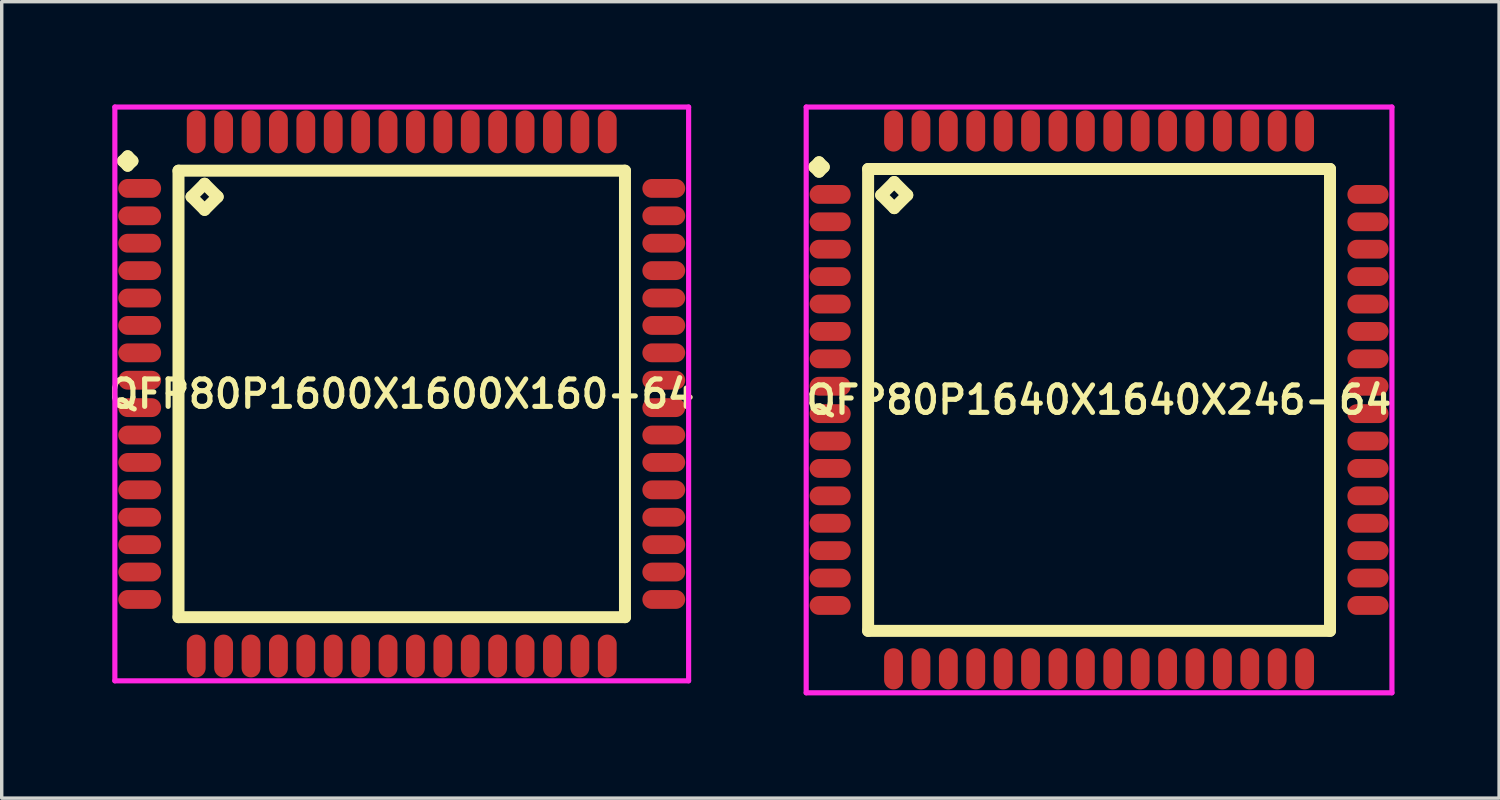
<source format=kicad_pcb>
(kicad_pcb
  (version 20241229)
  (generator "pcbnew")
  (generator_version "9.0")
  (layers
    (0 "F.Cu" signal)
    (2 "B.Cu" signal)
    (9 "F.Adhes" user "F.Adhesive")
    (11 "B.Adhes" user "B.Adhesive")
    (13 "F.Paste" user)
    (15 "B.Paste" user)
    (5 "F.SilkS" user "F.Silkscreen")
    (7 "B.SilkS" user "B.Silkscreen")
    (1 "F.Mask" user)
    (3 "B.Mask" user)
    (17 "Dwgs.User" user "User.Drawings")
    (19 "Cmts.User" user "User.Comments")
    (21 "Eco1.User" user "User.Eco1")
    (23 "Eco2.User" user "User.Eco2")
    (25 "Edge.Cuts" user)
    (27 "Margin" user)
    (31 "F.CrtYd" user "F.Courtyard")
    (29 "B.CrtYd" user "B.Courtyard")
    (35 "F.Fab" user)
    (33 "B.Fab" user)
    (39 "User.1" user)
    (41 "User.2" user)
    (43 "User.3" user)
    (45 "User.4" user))
  (footprint "QFP80P1600X1600X160-64"
    (layer "F.Cu")
    (at 8.678 8.45)
    (property "Reference" "QFP80P1600X1600X160-64" (at 0 0 0) (layer "F.SilkS") (effects (font (size 0.8 0.8) (thickness 0.15))))
    (attr smd)
    (fp_line (start -8.137 -6.8) (end -8 -6.938) (stroke (width 0.35) (type solid)) (layer "F.SilkS"))
    (fp_line (start -8 -6.938) (end -7.862 -6.8) (stroke (width 0.35) (type solid)) (layer "F.SilkS"))
    (fp_line (start -8 -6.662) (end -8.137 -6.8) (stroke (width 0.35) (type solid)) (layer "F.SilkS"))
    (fp_line (start -7.862 -6.8) (end -8 -6.662) (stroke (width 0.35) (type solid)) (layer "F.SilkS"))
    (fp_line (start -6.517 -6.517) (end -6.517 6.517) (stroke (width 0.35) (type solid)) (layer "F.SilkS"))
    (fp_line (start -6.517 6.517) (end 6.517 6.517) (stroke (width 0.35) (type solid)) (layer "F.SilkS"))
    (fp_line (start -6.136 -5.755) (end -5.755 -6.136) (stroke (width 0.35) (type solid)) (layer "F.SilkS"))
    (fp_line (start -5.755 -6.136) (end -5.374 -5.755) (stroke (width 0.35) (type solid)) (layer "F.SilkS"))
    (fp_line (start -5.755 -5.374) (end -6.136 -5.755) (stroke (width 0.35) (type solid)) (layer "F.SilkS"))
    (fp_line (start -5.374 -5.755) (end -5.755 -5.374) (stroke (width 0.35) (type solid)) (layer "F.SilkS"))
    (fp_line (start 6.517 -6.517) (end -6.517 -6.517) (stroke (width 0.35) (type solid)) (layer "F.SilkS"))
    (fp_line (start 6.517 6.517) (end 6.517 -6.517) (stroke (width 0.35) (type solid)) (layer "F.SilkS"))
    (fp_line (start -8.375 -8.375) (end 8.375 -8.375) (stroke (width 0.15) (type solid)) (layer "F.CrtYd"))
    (fp_line (start -8.375 8.375) (end -8.375 -8.375) (stroke (width 0.15) (type solid)) (layer "F.CrtYd"))
    (fp_line (start 8.375 -8.375) (end 8.375 8.375) (stroke (width 0.15) (type solid)) (layer "F.CrtYd"))
    (fp_line (start 8.375 8.375) (end -8.375 8.375) (stroke (width 0.15) (type solid)) (layer "F.CrtYd"))
    (pad "1" smd oval (at -7.65 -6) (size 1.25 0.55) (layers "F.Cu" "F.Mask" "F.Paste"))
    (pad "2" smd oval (at -7.65 -5.2) (size 1.25 0.55) (layers "F.Cu" "F.Mask" "F.Paste"))
    (pad "3" smd oval (at -7.65 -4.4) (size 1.25 0.55) (layers "F.Cu" "F.Mask" "F.Paste"))
    (pad "4" smd oval (at -7.65 -3.6) (size 1.25 0.55) (layers "F.Cu" "F.Mask" "F.Paste"))
    (pad "5" smd oval (at -7.65 -2.8) (size 1.25 0.55) (layers "F.Cu" "F.Mask" "F.Paste"))
    (pad "6" smd oval (at -7.65 -2) (size 1.25 0.55) (layers "F.Cu" "F.Mask" "F.Paste"))
    (pad "7" smd oval (at -7.65 -1.2) (size 1.25 0.55) (layers "F.Cu" "F.Mask" "F.Paste"))
    (pad "8" smd oval (at -7.65 -0.4) (size 1.25 0.55) (layers "F.Cu" "F.Mask" "F.Paste"))
    (pad "9" smd oval (at -7.65 0.4) (size 1.25 0.55) (layers "F.Cu" "F.Mask" "F.Paste"))
    (pad "10" smd oval (at -7.65 1.2) (size 1.25 0.55) (layers "F.Cu" "F.Mask" "F.Paste"))
    (pad "11" smd oval (at -7.65 2) (size 1.25 0.55) (layers "F.Cu" "F.Mask" "F.Paste"))
    (pad "12" smd oval (at -7.65 2.8) (size 1.25 0.55) (layers "F.Cu" "F.Mask" "F.Paste"))
    (pad "13" smd oval (at -7.65 3.6) (size 1.25 0.55) (layers "F.Cu" "F.Mask" "F.Paste"))
    (pad "14" smd oval (at -7.65 4.4) (size 1.25 0.55) (layers "F.Cu" "F.Mask" "F.Paste"))
    (pad "15" smd oval (at -7.65 5.2) (size 1.25 0.55) (layers "F.Cu" "F.Mask" "F.Paste"))
    (pad "16" smd oval (at -7.65 6) (size 1.25 0.55) (layers "F.Cu" "F.Mask" "F.Paste"))
    (pad "17" smd oval (at -6 7.65) (size 0.55 1.25) (layers "F.Cu" "F.Mask" "F.Paste"))
    (pad "18" smd oval (at -5.2 7.65) (size 0.55 1.25) (layers "F.Cu" "F.Mask" "F.Paste"))
    (pad "19" smd oval (at -4.4 7.65) (size 0.55 1.25) (layers "F.Cu" "F.Mask" "F.Paste"))
    (pad "20" smd oval (at -3.6 7.65) (size 0.55 1.25) (layers "F.Cu" "F.Mask" "F.Paste"))
    (pad "21" smd oval (at -2.8 7.65) (size 0.55 1.25) (layers "F.Cu" "F.Mask" "F.Paste"))
    (pad "22" smd oval (at -2 7.65) (size 0.55 1.25) (layers "F.Cu" "F.Mask" "F.Paste"))
    (pad "23" smd oval (at -1.2 7.65) (size 0.55 1.25) (layers "F.Cu" "F.Mask" "F.Paste"))
    (pad "24" smd oval (at -0.4 7.65) (size 0.55 1.25) (layers "F.Cu" "F.Mask" "F.Paste"))
    (pad "25" smd oval (at 0.4 7.65) (size 0.55 1.25) (layers "F.Cu" "F.Mask" "F.Paste"))
    (pad "26" smd oval (at 1.2 7.65) (size 0.55 1.25) (layers "F.Cu" "F.Mask" "F.Paste"))
    (pad "27" smd oval (at 2 7.65) (size 0.55 1.25) (layers "F.Cu" "F.Mask" "F.Paste"))
    (pad "28" smd oval (at 2.8 7.65) (size 0.55 1.25) (layers "F.Cu" "F.Mask" "F.Paste"))
    (pad "29" smd oval (at 3.6 7.65) (size 0.55 1.25) (layers "F.Cu" "F.Mask" "F.Paste"))
    (pad "30" smd oval (at 4.4 7.65) (size 0.55 1.25) (layers "F.Cu" "F.Mask" "F.Paste"))
    (pad "31" smd oval (at 5.2 7.65) (size 0.55 1.25) (layers "F.Cu" "F.Mask" "F.Paste"))
    (pad "32" smd oval (at 6 7.65) (size 0.55 1.25) (layers "F.Cu" "F.Mask" "F.Paste"))
    (pad "33" smd oval (at 7.65 6) (size 1.25 0.55) (layers "F.Cu" "F.Mask" "F.Paste"))
    (pad "34" smd oval (at 7.65 5.2) (size 1.25 0.55) (layers "F.Cu" "F.Mask" "F.Paste"))
    (pad "35" smd oval (at 7.65 4.4) (size 1.25 0.55) (layers "F.Cu" "F.Mask" "F.Paste"))
    (pad "36" smd oval (at 7.65 3.6) (size 1.25 0.55) (layers "F.Cu" "F.Mask" "F.Paste"))
    (pad "37" smd oval (at 7.65 2.8) (size 1.25 0.55) (layers "F.Cu" "F.Mask" "F.Paste"))
    (pad "38" smd oval (at 7.65 2) (size 1.25 0.55) (layers "F.Cu" "F.Mask" "F.Paste"))
    (pad "39" smd oval (at 7.65 1.2) (size 1.25 0.55) (layers "F.Cu" "F.Mask" "F.Paste"))
    (pad "40" smd oval (at 7.65 0.4) (size 1.25 0.55) (layers "F.Cu" "F.Mask" "F.Paste"))
    (pad "41" smd oval (at 7.65 -0.4) (size 1.25 0.55) (layers "F.Cu" "F.Mask" "F.Paste"))
    (pad "42" smd oval (at 7.65 -1.2) (size 1.25 0.55) (layers "F.Cu" "F.Mask" "F.Paste"))
    (pad "43" smd oval (at 7.65 -2) (size 1.25 0.55) (layers "F.Cu" "F.Mask" "F.Paste"))
    (pad "44" smd oval (at 7.65 -2.8) (size 1.25 0.55) (layers "F.Cu" "F.Mask" "F.Paste"))
    (pad "45" smd oval (at 7.65 -3.6) (size 1.25 0.55) (layers "F.Cu" "F.Mask" "F.Paste"))
    (pad "46" smd oval (at 7.65 -4.4) (size 1.25 0.55) (layers "F.Cu" "F.Mask" "F.Paste"))
    (pad "47" smd oval (at 7.65 -5.2) (size 1.25 0.55) (layers "F.Cu" "F.Mask" "F.Paste"))
    (pad "48" smd oval (at 7.65 -6) (size 1.25 0.55) (layers "F.Cu" "F.Mask" "F.Paste"))
    (pad "49" smd oval (at 6 -7.65) (size 0.55 1.25) (layers "F.Cu" "F.Mask" "F.Paste"))
    (pad "50" smd oval (at 5.2 -7.65) (size 0.55 1.25) (layers "F.Cu" "F.Mask" "F.Paste"))
    (pad "51" smd oval (at 4.4 -7.65) (size 0.55 1.25) (layers "F.Cu" "F.Mask" "F.Paste"))
    (pad "52" smd oval (at 3.6 -7.65) (size 0.55 1.25) (layers "F.Cu" "F.Mask" "F.Paste"))
    (pad "53" smd oval (at 2.8 -7.65) (size 0.55 1.25) (layers "F.Cu" "F.Mask" "F.Paste"))
    (pad "54" smd oval (at 2 -7.65) (size 0.55 1.25) (layers "F.Cu" "F.Mask" "F.Paste"))
    (pad "55" smd oval (at 1.2 -7.65) (size 0.55 1.25) (layers "F.Cu" "F.Mask" "F.Paste"))
    (pad "56" smd oval (at 0.4 -7.65) (size 0.55 1.25) (layers "F.Cu" "F.Mask" "F.Paste"))
    (pad "57" smd oval (at -0.4 -7.65) (size 0.55 1.25) (layers "F.Cu" "F.Mask" "F.Paste"))
    (pad "58" smd oval (at -1.2 -7.65) (size 0.55 1.25) (layers "F.Cu" "F.Mask" "F.Paste"))
    (pad "59" smd oval (at -2 -7.65) (size 0.55 1.25) (layers "F.Cu" "F.Mask" "F.Paste"))
    (pad "60" smd oval (at -2.8 -7.65) (size 0.55 1.25) (layers "F.Cu" "F.Mask" "F.Paste"))
    (pad "61" smd oval (at -3.6 -7.65) (size 0.55 1.25) (layers "F.Cu" "F.Mask" "F.Paste"))
    (pad "62" smd oval (at -4.4 -7.65) (size 0.55 1.25) (layers "F.Cu" "F.Mask" "F.Paste"))
    (pad "63" smd oval (at -5.2 -7.65) (size 0.55 1.25) (layers "F.Cu" "F.Mask" "F.Paste"))
    (pad "64" smd oval (at -6 -7.65) (size 0.55 1.25) (layers "F.Cu" "F.Mask" "F.Paste")))
  (footprint "QFP80P1640X1640X246-64"
    (layer "F.Cu")
    (at 29.035 8.625)
    (property "Reference" "QFP80P1640X1640X246-64" (at 0 0 0) (layer "F.SilkS") (effects (font (size 0.8 0.8) (thickness 0.15))))
    (attr smd)
    (fp_line (start -8.312 -6.8) (end -8.175 -6.938) (stroke (width 0.35) (type solid)) (layer "F.SilkS"))
    (fp_line (start -8.175 -6.938) (end -8.037 -6.8) (stroke (width 0.35) (type solid)) (layer "F.SilkS"))
    (fp_line (start -8.175 -6.662) (end -8.312 -6.8) (stroke (width 0.35) (type solid)) (layer "F.SilkS"))
    (fp_line (start -8.037 -6.8) (end -8.175 -6.662) (stroke (width 0.35) (type solid)) (layer "F.SilkS"))
    (fp_line (start -6.742 -6.742) (end -6.742 6.742) (stroke (width 0.35) (type solid)) (layer "F.SilkS"))
    (fp_line (start -6.742 6.742) (end 6.742 6.742) (stroke (width 0.35) (type solid)) (layer "F.SilkS"))
    (fp_line (start -6.361 -5.98) (end -5.98 -6.361) (stroke (width 0.35) (type solid)) (layer "F.SilkS"))
    (fp_line (start -5.98 -6.361) (end -5.599 -5.98) (stroke (width 0.35) (type solid)) (layer "F.SilkS"))
    (fp_line (start -5.98 -5.599) (end -6.361 -5.98) (stroke (width 0.35) (type solid)) (layer "F.SilkS"))
    (fp_line (start -5.599 -5.98) (end -5.98 -5.599) (stroke (width 0.35) (type solid)) (layer "F.SilkS"))
    (fp_line (start 6.742 -6.742) (end -6.742 -6.742) (stroke (width 0.35) (type solid)) (layer "F.SilkS"))
    (fp_line (start 6.742 6.742) (end 6.742 -6.742) (stroke (width 0.35) (type solid)) (layer "F.SilkS"))
    (fp_line (start -8.55 -8.55) (end 8.55 -8.55) (stroke (width 0.15) (type solid)) (layer "F.CrtYd"))
    (fp_line (start -8.55 8.55) (end -8.55 -8.55) (stroke (width 0.15) (type solid)) (layer "F.CrtYd"))
    (fp_line (start 8.55 -8.55) (end 8.55 8.55) (stroke (width 0.15) (type solid)) (layer "F.CrtYd"))
    (fp_line (start 8.55 8.55) (end -8.55 8.55) (stroke (width 0.15) (type solid)) (layer "F.CrtYd"))
    (pad "1" smd oval (at -7.85 -6) (size 1.2 0.55) (layers "F.Cu" "F.Mask" "F.Paste"))
    (pad "2" smd oval (at -7.85 -5.2) (size 1.2 0.55) (layers "F.Cu" "F.Mask" "F.Paste"))
    (pad "3" smd oval (at -7.85 -4.4) (size 1.2 0.55) (layers "F.Cu" "F.Mask" "F.Paste"))
    (pad "4" smd oval (at -7.85 -3.6) (size 1.2 0.55) (layers "F.Cu" "F.Mask" "F.Paste"))
    (pad "5" smd oval (at -7.85 -2.8) (size 1.2 0.55) (layers "F.Cu" "F.Mask" "F.Paste"))
    (pad "6" smd oval (at -7.85 -2) (size 1.2 0.55) (layers "F.Cu" "F.Mask" "F.Paste"))
    (pad "7" smd oval (at -7.85 -1.2) (size 1.2 0.55) (layers "F.Cu" "F.Mask" "F.Paste"))
    (pad "8" smd oval (at -7.85 -0.4) (size 1.2 0.55) (layers "F.Cu" "F.Mask" "F.Paste"))
    (pad "9" smd oval (at -7.85 0.4) (size 1.2 0.55) (layers "F.Cu" "F.Mask" "F.Paste"))
    (pad "10" smd oval (at -7.85 1.2) (size 1.2 0.55) (layers "F.Cu" "F.Mask" "F.Paste"))
    (pad "11" smd oval (at -7.85 2) (size 1.2 0.55) (layers "F.Cu" "F.Mask" "F.Paste"))
    (pad "12" smd oval (at -7.85 2.8) (size 1.2 0.55) (layers "F.Cu" "F.Mask" "F.Paste"))
    (pad "13" smd oval (at -7.85 3.6) (size 1.2 0.55) (layers "F.Cu" "F.Mask" "F.Paste"))
    (pad "14" smd oval (at -7.85 4.4) (size 1.2 0.55) (layers "F.Cu" "F.Mask" "F.Paste"))
    (pad "15" smd oval (at -7.85 5.2) (size 1.2 0.55) (layers "F.Cu" "F.Mask" "F.Paste"))
    (pad "16" smd oval (at -7.85 6) (size 1.2 0.55) (layers "F.Cu" "F.Mask" "F.Paste"))
    (pad "17" smd oval (at -6 7.85) (size 0.55 1.2) (layers "F.Cu" "F.Mask" "F.Paste"))
    (pad "18" smd oval (at -5.2 7.85) (size 0.55 1.2) (layers "F.Cu" "F.Mask" "F.Paste"))
    (pad "19" smd oval (at -4.4 7.85) (size 0.55 1.2) (layers "F.Cu" "F.Mask" "F.Paste"))
    (pad "20" smd oval (at -3.6 7.85) (size 0.55 1.2) (layers "F.Cu" "F.Mask" "F.Paste"))
    (pad "21" smd oval (at -2.8 7.85) (size 0.55 1.2) (layers "F.Cu" "F.Mask" "F.Paste"))
    (pad "22" smd oval (at -2 7.85) (size 0.55 1.2) (layers "F.Cu" "F.Mask" "F.Paste"))
    (pad "23" smd oval (at -1.2 7.85) (size 0.55 1.2) (layers "F.Cu" "F.Mask" "F.Paste"))
    (pad "24" smd oval (at -0.4 7.85) (size 0.55 1.2) (layers "F.Cu" "F.Mask" "F.Paste"))
    (pad "25" smd oval (at 0.4 7.85) (size 0.55 1.2) (layers "F.Cu" "F.Mask" "F.Paste"))
    (pad "26" smd oval (at 1.2 7.85) (size 0.55 1.2) (layers "F.Cu" "F.Mask" "F.Paste"))
    (pad "27" smd oval (at 2 7.85) (size 0.55 1.2) (layers "F.Cu" "F.Mask" "F.Paste"))
    (pad "28" smd oval (at 2.8 7.85) (size 0.55 1.2) (layers "F.Cu" "F.Mask" "F.Paste"))
    (pad "29" smd oval (at 3.6 7.85) (size 0.55 1.2) (layers "F.Cu" "F.Mask" "F.Paste"))
    (pad "30" smd oval (at 4.4 7.85) (size 0.55 1.2) (layers "F.Cu" "F.Mask" "F.Paste"))
    (pad "31" smd oval (at 5.2 7.85) (size 0.55 1.2) (layers "F.Cu" "F.Mask" "F.Paste"))
    (pad "32" smd oval (at 6 7.85) (size 0.55 1.2) (layers "F.Cu" "F.Mask" "F.Paste"))
    (pad "33" smd oval (at 7.85 6) (size 1.2 0.55) (layers "F.Cu" "F.Mask" "F.Paste"))
    (pad "34" smd oval (at 7.85 5.2) (size 1.2 0.55) (layers "F.Cu" "F.Mask" "F.Paste"))
    (pad "35" smd oval (at 7.85 4.4) (size 1.2 0.55) (layers "F.Cu" "F.Mask" "F.Paste"))
    (pad "36" smd oval (at 7.85 3.6) (size 1.2 0.55) (layers "F.Cu" "F.Mask" "F.Paste"))
    (pad "37" smd oval (at 7.85 2.8) (size 1.2 0.55) (layers "F.Cu" "F.Mask" "F.Paste"))
    (pad "38" smd oval (at 7.85 2) (size 1.2 0.55) (layers "F.Cu" "F.Mask" "F.Paste"))
    (pad "39" smd oval (at 7.85 1.2) (size 1.2 0.55) (layers "F.Cu" "F.Mask" "F.Paste"))
    (pad "40" smd oval (at 7.85 0.4) (size 1.2 0.55) (layers "F.Cu" "F.Mask" "F.Paste"))
    (pad "41" smd oval (at 7.85 -0.4) (size 1.2 0.55) (layers "F.Cu" "F.Mask" "F.Paste"))
    (pad "42" smd oval (at 7.85 -1.2) (size 1.2 0.55) (layers "F.Cu" "F.Mask" "F.Paste"))
    (pad "43" smd oval (at 7.85 -2) (size 1.2 0.55) (layers "F.Cu" "F.Mask" "F.Paste"))
    (pad "44" smd oval (at 7.85 -2.8) (size 1.2 0.55) (layers "F.Cu" "F.Mask" "F.Paste"))
    (pad "45" smd oval (at 7.85 -3.6) (size 1.2 0.55) (layers "F.Cu" "F.Mask" "F.Paste"))
    (pad "46" smd oval (at 7.85 -4.4) (size 1.2 0.55) (layers "F.Cu" "F.Mask" "F.Paste"))
    (pad "47" smd oval (at 7.85 -5.2) (size 1.2 0.55) (layers "F.Cu" "F.Mask" "F.Paste"))
    (pad "48" smd oval (at 7.85 -6) (size 1.2 0.55) (layers "F.Cu" "F.Mask" "F.Paste"))
    (pad "49" smd oval (at 6 -7.85) (size 0.55 1.2) (layers "F.Cu" "F.Mask" "F.Paste"))
    (pad "50" smd oval (at 5.2 -7.85) (size 0.55 1.2) (layers "F.Cu" "F.Mask" "F.Paste"))
    (pad "51" smd oval (at 4.4 -7.85) (size 0.55 1.2) (layers "F.Cu" "F.Mask" "F.Paste"))
    (pad "52" smd oval (at 3.6 -7.85) (size 0.55 1.2) (layers "F.Cu" "F.Mask" "F.Paste"))
    (pad "53" smd oval (at 2.8 -7.85) (size 0.55 1.2) (layers "F.Cu" "F.Mask" "F.Paste"))
    (pad "54" smd oval (at 2 -7.85) (size 0.55 1.2) (layers "F.Cu" "F.Mask" "F.Paste"))
    (pad "55" smd oval (at 1.2 -7.85) (size 0.55 1.2) (layers "F.Cu" "F.Mask" "F.Paste"))
    (pad "56" smd oval (at 0.4 -7.85) (size 0.55 1.2) (layers "F.Cu" "F.Mask" "F.Paste"))
    (pad "57" smd oval (at -0.4 -7.85) (size 0.55 1.2) (layers "F.Cu" "F.Mask" "F.Paste"))
    (pad "58" smd oval (at -1.2 -7.85) (size 0.55 1.2) (layers "F.Cu" "F.Mask" "F.Paste"))
    (pad "59" smd oval (at -2 -7.85) (size 0.55 1.2) (layers "F.Cu" "F.Mask" "F.Paste"))
    (pad "60" smd oval (at -2.8 -7.85) (size 0.55 1.2) (layers "F.Cu" "F.Mask" "F.Paste"))
    (pad "61" smd oval (at -3.6 -7.85) (size 0.55 1.2) (layers "F.Cu" "F.Mask" "F.Paste"))
    (pad "62" smd oval (at -4.4 -7.85) (size 0.55 1.2) (layers "F.Cu" "F.Mask" "F.Paste"))
    (pad "63" smd oval (at -5.2 -7.85) (size 0.55 1.2) (layers "F.Cu" "F.Mask" "F.Paste"))
    (pad "64" smd oval (at -6 -7.85) (size 0.55 1.2) (layers "F.Cu" "F.Mask" "F.Paste")))
  (gr_rect
    (start -3 -3)
    (end 40.713 20.25)
    (stroke (width 0.1) (type default))
    (fill no)
    (layer "Edge.Cuts")))
</source>
